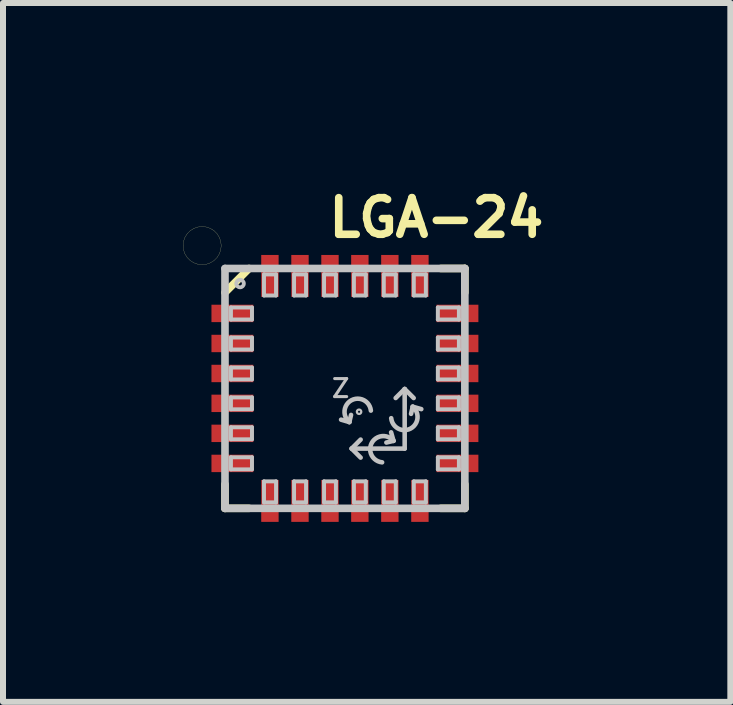
<source format=kicad_pcb>
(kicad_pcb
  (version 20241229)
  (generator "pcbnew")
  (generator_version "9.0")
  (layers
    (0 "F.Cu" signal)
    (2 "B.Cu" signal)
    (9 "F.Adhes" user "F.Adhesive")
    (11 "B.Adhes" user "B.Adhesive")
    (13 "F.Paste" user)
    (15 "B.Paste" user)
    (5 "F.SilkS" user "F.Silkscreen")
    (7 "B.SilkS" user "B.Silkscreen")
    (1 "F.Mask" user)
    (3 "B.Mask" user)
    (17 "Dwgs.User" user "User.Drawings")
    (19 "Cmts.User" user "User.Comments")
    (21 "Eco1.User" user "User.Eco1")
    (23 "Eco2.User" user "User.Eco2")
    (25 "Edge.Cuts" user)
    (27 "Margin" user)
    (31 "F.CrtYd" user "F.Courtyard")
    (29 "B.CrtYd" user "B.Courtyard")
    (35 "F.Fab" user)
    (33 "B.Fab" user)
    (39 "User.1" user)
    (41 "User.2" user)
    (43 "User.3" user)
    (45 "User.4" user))
  (footprint "LGA-24"
    (layer "F.Cu")
    (at 2.699 3.424)
    (property "Reference" "LGA-24" (at 1.524 -2.845 0) (layer "F.SilkS") (effects (font (size 0.61 0.61) (thickness 0.127))))
    (attr smd)
    (fp_line (start -2.697 -2.38) (end -2.69 -2.309) (stroke (width 0.003) (type solid)) (layer "F.SilkS"))
    (fp_line (start -2.69 -2.451) (end -2.697 -2.38) (stroke (width 0.003) (type solid)) (layer "F.SilkS"))
    (fp_line (start -2.69 -2.309) (end -2.667 -2.243) (stroke (width 0.003) (type solid)) (layer "F.SilkS"))
    (fp_line (start -2.667 -2.517) (end -2.69 -2.451) (stroke (width 0.003) (type solid)) (layer "F.SilkS"))
    (fp_line (start -2.667 -2.243) (end -2.629 -2.182) (stroke (width 0.003) (type solid)) (layer "F.SilkS"))
    (fp_line (start -2.629 -2.578) (end -2.667 -2.517) (stroke (width 0.003) (type solid)) (layer "F.SilkS"))
    (fp_line (start -2.629 -2.182) (end -2.578 -2.131) (stroke (width 0.003) (type solid)) (layer "F.SilkS"))
    (fp_line (start -2.578 -2.629) (end -2.629 -2.578) (stroke (width 0.003) (type solid)) (layer "F.SilkS"))
    (fp_line (start -2.578 -2.131) (end -2.517 -2.093) (stroke (width 0.003) (type solid)) (layer "F.SilkS"))
    (fp_line (start -2.517 -2.667) (end -2.578 -2.629) (stroke (width 0.003) (type solid)) (layer "F.SilkS"))
    (fp_line (start -2.517 -2.093) (end -2.451 -2.07) (stroke (width 0.003) (type solid)) (layer "F.SilkS"))
    (fp_line (start -2.451 -2.69) (end -2.517 -2.667) (stroke (width 0.003) (type solid)) (layer "F.SilkS"))
    (fp_line (start -2.451 -2.07) (end -2.38 -2.062) (stroke (width 0.003) (type solid)) (layer "F.SilkS"))
    (fp_line (start -2.38 -2.697) (end -2.451 -2.69) (stroke (width 0.003) (type solid)) (layer "F.SilkS"))
    (fp_line (start -2.38 -2.062) (end -2.309 -2.07) (stroke (width 0.003) (type solid)) (layer "F.SilkS"))
    (fp_line (start -2.309 -2.69) (end -2.38 -2.697) (stroke (width 0.003) (type solid)) (layer "F.SilkS"))
    (fp_line (start -2.309 -2.07) (end -2.243 -2.093) (stroke (width 0.003) (type solid)) (layer "F.SilkS"))
    (fp_line (start -2.243 -2.667) (end -2.309 -2.69) (stroke (width 0.003) (type solid)) (layer "F.SilkS"))
    (fp_line (start -2.243 -2.093) (end -2.182 -2.131) (stroke (width 0.003) (type solid)) (layer "F.SilkS"))
    (fp_line (start -2.182 -2.629) (end -2.243 -2.667) (stroke (width 0.003) (type solid)) (layer "F.SilkS"))
    (fp_line (start -2.182 -2.131) (end -2.131 -2.182) (stroke (width 0.003) (type solid)) (layer "F.SilkS"))
    (fp_line (start -2.131 -2.578) (end -2.182 -2.629) (stroke (width 0.003) (type solid)) (layer "F.SilkS"))
    (fp_line (start -2.131 -2.182) (end -2.093 -2.243) (stroke (width 0.003) (type solid)) (layer "F.SilkS"))
    (fp_line (start -2.093 -2.517) (end -2.131 -2.578) (stroke (width 0.003) (type solid)) (layer "F.SilkS"))
    (fp_line (start -2.093 -2.243) (end -2.07 -2.309) (stroke (width 0.003) (type solid)) (layer "F.SilkS"))
    (fp_line (start -2.07 -2.451) (end -2.093 -2.517) (stroke (width 0.003) (type solid)) (layer "F.SilkS"))
    (fp_line (start -2.07 -2.309) (end -2.062 -2.38) (stroke (width 0.003) (type solid)) (layer "F.SilkS"))
    (fp_line (start -2.062 -2.38) (end -2.07 -2.451) (stroke (width 0.003) (type solid)) (layer "F.SilkS"))
    (fp_line (start -1.999 -1.598) (end -1.598 -1.999) (stroke (width 0.127) (type solid)) (layer "F.SilkS"))
    (fp_line (start -1.999 1.999) (end -1.999 1.598) (stroke (width 0.127) (type solid)) (layer "F.SilkS"))
    (fp_line (start -1.999 1.999) (end -1.598 1.999) (stroke (width 0.127) (type solid)) (layer "F.SilkS"))
    (fp_line (start 1.999 -1.999) (end 1.598 -1.999) (stroke (width 0.127) (type solid)) (layer "F.SilkS"))
    (fp_line (start 1.999 -1.999) (end 1.999 -1.598) (stroke (width 0.127) (type solid)) (layer "F.SilkS"))
    (fp_line (start 1.999 1.999) (end 1.598 1.999) (stroke (width 0.127) (type solid)) (layer "F.SilkS"))
    (fp_line (start 1.999 1.999) (end 1.999 1.598) (stroke (width 0.127) (type solid)) (layer "F.SilkS"))
    (fp_line (start -1.999 -1.999) (end 1.999 -1.999) (stroke (width 0.127) (type solid)) (layer "Dwgs.User"))
    (fp_line (start -1.999 1.999) (end -1.999 -1.999) (stroke (width 0.127) (type solid)) (layer "Dwgs.User"))
    (fp_line (start -1.9 -1.349) (end -1.549 -1.349) (stroke (width 0.066) (type solid)) (layer "Dwgs.User"))
    (fp_line (start -1.9 -1.148) (end -1.9 -1.349) (stroke (width 0.066) (type solid)) (layer "Dwgs.User"))
    (fp_line (start -1.9 -1.148) (end -1.549 -1.148) (stroke (width 0.066) (type solid)) (layer "Dwgs.User"))
    (fp_line (start -1.9 -0.848) (end -1.549 -0.848) (stroke (width 0.066) (type solid)) (layer "Dwgs.User"))
    (fp_line (start -1.9 -0.648) (end -1.9 -0.848) (stroke (width 0.066) (type solid)) (layer "Dwgs.User"))
    (fp_line (start -1.9 -0.648) (end -1.549 -0.648) (stroke (width 0.066) (type solid)) (layer "Dwgs.User"))
    (fp_line (start -1.9 -0.348) (end -1.549 -0.348) (stroke (width 0.066) (type solid)) (layer "Dwgs.User"))
    (fp_line (start -1.9 -0.15) (end -1.9 -0.348) (stroke (width 0.066) (type solid)) (layer "Dwgs.User"))
    (fp_line (start -1.9 -0.15) (end -1.549 -0.15) (stroke (width 0.066) (type solid)) (layer "Dwgs.User"))
    (fp_line (start -1.9 0.15) (end -1.549 0.15) (stroke (width 0.066) (type solid)) (layer "Dwgs.User"))
    (fp_line (start -1.9 0.348) (end -1.9 0.15) (stroke (width 0.066) (type solid)) (layer "Dwgs.User"))
    (fp_line (start -1.9 0.348) (end -1.549 0.348) (stroke (width 0.066) (type solid)) (layer "Dwgs.User"))
    (fp_line (start -1.9 0.648) (end -1.549 0.648) (stroke (width 0.066) (type solid)) (layer "Dwgs.User"))
    (fp_line (start -1.9 0.848) (end -1.9 0.648) (stroke (width 0.066) (type solid)) (layer "Dwgs.User"))
    (fp_line (start -1.9 0.848) (end -1.549 0.848) (stroke (width 0.066) (type solid)) (layer "Dwgs.User"))
    (fp_line (start -1.9 1.148) (end -1.549 1.148) (stroke (width 0.066) (type solid)) (layer "Dwgs.User"))
    (fp_line (start -1.9 1.349) (end -1.9 1.148) (stroke (width 0.066) (type solid)) (layer "Dwgs.User"))
    (fp_line (start -1.9 1.349) (end -1.549 1.349) (stroke (width 0.066) (type solid)) (layer "Dwgs.User"))
    (fp_line (start -1.549 -1.148) (end -1.549 -1.349) (stroke (width 0.066) (type solid)) (layer "Dwgs.User"))
    (fp_line (start -1.549 -0.648) (end -1.549 -0.848) (stroke (width 0.066) (type solid)) (layer "Dwgs.User"))
    (fp_line (start -1.549 -0.15) (end -1.549 -0.348) (stroke (width 0.066) (type solid)) (layer "Dwgs.User"))
    (fp_line (start -1.549 0.348) (end -1.549 0.15) (stroke (width 0.066) (type solid)) (layer "Dwgs.User"))
    (fp_line (start -1.549 0.848) (end -1.549 0.648) (stroke (width 0.066) (type solid)) (layer "Dwgs.User"))
    (fp_line (start -1.549 1.349) (end -1.549 1.148) (stroke (width 0.066) (type solid)) (layer "Dwgs.User"))
    (fp_line (start -1.349 -1.9) (end -1.148 -1.9) (stroke (width 0.066) (type solid)) (layer "Dwgs.User"))
    (fp_line (start -1.349 -1.549) (end -1.349 -1.9) (stroke (width 0.066) (type solid)) (layer "Dwgs.User"))
    (fp_line (start -1.349 -1.549) (end -1.148 -1.549) (stroke (width 0.066) (type solid)) (layer "Dwgs.User"))
    (fp_line (start -1.349 1.549) (end -1.148 1.549) (stroke (width 0.066) (type solid)) (layer "Dwgs.User"))
    (fp_line (start -1.349 1.9) (end -1.349 1.549) (stroke (width 0.066) (type solid)) (layer "Dwgs.User"))
    (fp_line (start -1.349 1.9) (end -1.148 1.9) (stroke (width 0.066) (type solid)) (layer "Dwgs.User"))
    (fp_line (start -1.148 -1.549) (end -1.148 -1.9) (stroke (width 0.066) (type solid)) (layer "Dwgs.User"))
    (fp_line (start -1.148 1.9) (end -1.148 1.549) (stroke (width 0.066) (type solid)) (layer "Dwgs.User"))
    (fp_line (start -0.848 -1.9) (end -0.648 -1.9) (stroke (width 0.066) (type solid)) (layer "Dwgs.User"))
    (fp_line (start -0.848 -1.549) (end -0.848 -1.9) (stroke (width 0.066) (type solid)) (layer "Dwgs.User"))
    (fp_line (start -0.848 -1.549) (end -0.648 -1.549) (stroke (width 0.066) (type solid)) (layer "Dwgs.User"))
    (fp_line (start -0.848 1.549) (end -0.648 1.549) (stroke (width 0.066) (type solid)) (layer "Dwgs.User"))
    (fp_line (start -0.848 1.9) (end -0.848 1.549) (stroke (width 0.066) (type solid)) (layer "Dwgs.User"))
    (fp_line (start -0.848 1.9) (end -0.648 1.9) (stroke (width 0.066) (type solid)) (layer "Dwgs.User"))
    (fp_line (start -0.648 -1.549) (end -0.648 -1.9) (stroke (width 0.066) (type solid)) (layer "Dwgs.User"))
    (fp_line (start -0.648 1.9) (end -0.648 1.549) (stroke (width 0.066) (type solid)) (layer "Dwgs.User"))
    (fp_line (start -0.348 -1.9) (end -0.15 -1.9) (stroke (width 0.066) (type solid)) (layer "Dwgs.User"))
    (fp_line (start -0.348 -1.549) (end -0.348 -1.9) (stroke (width 0.066) (type solid)) (layer "Dwgs.User"))
    (fp_line (start -0.348 -1.549) (end -0.15 -1.549) (stroke (width 0.066) (type solid)) (layer "Dwgs.User"))
    (fp_line (start -0.348 1.549) (end -0.15 1.549) (stroke (width 0.066) (type solid)) (layer "Dwgs.User"))
    (fp_line (start -0.348 1.9) (end -0.348 1.549) (stroke (width 0.066) (type solid)) (layer "Dwgs.User"))
    (fp_line (start -0.348 1.9) (end -0.15 1.9) (stroke (width 0.066) (type solid)) (layer "Dwgs.User"))
    (fp_line (start -0.15 -1.549) (end -0.15 -1.9) (stroke (width 0.066) (type solid)) (layer "Dwgs.User"))
    (fp_line (start -0.15 1.9) (end -0.15 1.549) (stroke (width 0.066) (type solid)) (layer "Dwgs.User"))
    (fp_line (start 0.074 0.561) (end -0.064 0.521) (stroke (width 0.076) (type solid)) (layer "Dwgs.User"))
    (fp_line (start 0.074 0.561) (end 0.102 0.442) (stroke (width 0.076) (type solid)) (layer "Dwgs.User"))
    (fp_line (start 0.112 1.003) (end 0.262 0.853) (stroke (width 0.076) (type solid)) (layer "Dwgs.User"))
    (fp_line (start 0.112 1.003) (end 0.262 1.153) (stroke (width 0.076) (type solid)) (layer "Dwgs.User"))
    (fp_line (start 0.114 1.003) (end 0.996 1.003) (stroke (width 0.076) (type solid)) (layer "Dwgs.User"))
    (fp_line (start 0.15 -1.9) (end 0.348 -1.9) (stroke (width 0.066) (type solid)) (layer "Dwgs.User"))
    (fp_line (start 0.15 -1.549) (end 0.15 -1.9) (stroke (width 0.066) (type solid)) (layer "Dwgs.User"))
    (fp_line (start 0.15 -1.549) (end 0.348 -1.549) (stroke (width 0.066) (type solid)) (layer "Dwgs.User"))
    (fp_line (start 0.15 1.549) (end 0.348 1.549) (stroke (width 0.066) (type solid)) (layer "Dwgs.User"))
    (fp_line (start 0.15 1.9) (end 0.15 1.549) (stroke (width 0.066) (type solid)) (layer "Dwgs.User"))
    (fp_line (start 0.15 1.9) (end 0.348 1.9) (stroke (width 0.066) (type solid)) (layer "Dwgs.User"))
    (fp_line (start 0.348 -1.549) (end 0.348 -1.9) (stroke (width 0.066) (type solid)) (layer "Dwgs.User"))
    (fp_line (start 0.348 1.9) (end 0.348 1.549) (stroke (width 0.066) (type solid)) (layer "Dwgs.User"))
    (fp_line (start 0.648 -1.9) (end 0.848 -1.9) (stroke (width 0.066) (type solid)) (layer "Dwgs.User"))
    (fp_line (start 0.648 -1.549) (end 0.648 -1.9) (stroke (width 0.066) (type solid)) (layer "Dwgs.User"))
    (fp_line (start 0.648 -1.549) (end 0.848 -1.549) (stroke (width 0.066) (type solid)) (layer "Dwgs.User"))
    (fp_line (start 0.648 1.549) (end 0.848 1.549) (stroke (width 0.066) (type solid)) (layer "Dwgs.User"))
    (fp_line (start 0.648 1.9) (end 0.648 1.549) (stroke (width 0.066) (type solid)) (layer "Dwgs.User"))
    (fp_line (start 0.648 1.9) (end 0.848 1.9) (stroke (width 0.066) (type solid)) (layer "Dwgs.User"))
    (fp_line (start 0.81 0.874) (end 0.691 0.902) (stroke (width 0.076) (type solid)) (layer "Dwgs.User"))
    (fp_line (start 0.81 0.874) (end 0.77 0.732) (stroke (width 0.076) (type solid)) (layer "Dwgs.User"))
    (fp_line (start 0.848 -1.549) (end 0.848 -1.9) (stroke (width 0.066) (type solid)) (layer "Dwgs.User"))
    (fp_line (start 0.848 1.9) (end 0.848 1.549) (stroke (width 0.066) (type solid)) (layer "Dwgs.User"))
    (fp_line (start 0.996 0.01) (end 0.846 0.16) (stroke (width 0.076) (type solid)) (layer "Dwgs.User"))
    (fp_line (start 0.996 0.01) (end 0.996 1.003) (stroke (width 0.076) (type solid)) (layer "Dwgs.User"))
    (fp_line (start 0.996 0.01) (end 1.146 0.16) (stroke (width 0.076) (type solid)) (layer "Dwgs.User"))
    (fp_line (start 1.13 0.305) (end 1.102 0.424) (stroke (width 0.076) (type solid)) (layer "Dwgs.User"))
    (fp_line (start 1.13 0.305) (end 1.273 0.345) (stroke (width 0.076) (type solid)) (layer "Dwgs.User"))
    (fp_line (start 1.148 -1.9) (end 1.349 -1.9) (stroke (width 0.066) (type solid)) (layer "Dwgs.User"))
    (fp_line (start 1.148 -1.549) (end 1.148 -1.9) (stroke (width 0.066) (type solid)) (layer "Dwgs.User"))
    (fp_line (start 1.148 -1.549) (end 1.349 -1.549) (stroke (width 0.066) (type solid)) (layer "Dwgs.User"))
    (fp_line (start 1.148 1.549) (end 1.349 1.549) (stroke (width 0.066) (type solid)) (layer "Dwgs.User"))
    (fp_line (start 1.148 1.9) (end 1.148 1.549) (stroke (width 0.066) (type solid)) (layer "Dwgs.User"))
    (fp_line (start 1.148 1.9) (end 1.349 1.9) (stroke (width 0.066) (type solid)) (layer "Dwgs.User"))
    (fp_line (start 1.349 -1.549) (end 1.349 -1.9) (stroke (width 0.066) (type solid)) (layer "Dwgs.User"))
    (fp_line (start 1.349 1.9) (end 1.349 1.549) (stroke (width 0.066) (type solid)) (layer "Dwgs.User"))
    (fp_line (start 1.549 -1.349) (end 1.9 -1.349) (stroke (width 0.066) (type solid)) (layer "Dwgs.User"))
    (fp_line (start 1.549 -1.148) (end 1.549 -1.349) (stroke (width 0.066) (type solid)) (layer "Dwgs.User"))
    (fp_line (start 1.549 -1.148) (end 1.9 -1.148) (stroke (width 0.066) (type solid)) (layer "Dwgs.User"))
    (fp_line (start 1.549 -0.848) (end 1.9 -0.848) (stroke (width 0.066) (type solid)) (layer "Dwgs.User"))
    (fp_line (start 1.549 -0.648) (end 1.549 -0.848) (stroke (width 0.066) (type solid)) (layer "Dwgs.User"))
    (fp_line (start 1.549 -0.648) (end 1.9 -0.648) (stroke (width 0.066) (type solid)) (layer "Dwgs.User"))
    (fp_line (start 1.549 -0.348) (end 1.9 -0.348) (stroke (width 0.066) (type solid)) (layer "Dwgs.User"))
    (fp_line (start 1.549 -0.15) (end 1.549 -0.348) (stroke (width 0.066) (type solid)) (layer "Dwgs.User"))
    (fp_line (start 1.549 -0.15) (end 1.9 -0.15) (stroke (width 0.066) (type solid)) (layer "Dwgs.User"))
    (fp_line (start 1.549 0.15) (end 1.9 0.15) (stroke (width 0.066) (type solid)) (layer "Dwgs.User"))
    (fp_line (start 1.549 0.348) (end 1.549 0.15) (stroke (width 0.066) (type solid)) (layer "Dwgs.User"))
    (fp_line (start 1.549 0.348) (end 1.9 0.348) (stroke (width 0.066) (type solid)) (layer "Dwgs.User"))
    (fp_line (start 1.549 0.648) (end 1.9 0.648) (stroke (width 0.066) (type solid)) (layer "Dwgs.User"))
    (fp_line (start 1.549 0.848) (end 1.549 0.648) (stroke (width 0.066) (type solid)) (layer "Dwgs.User"))
    (fp_line (start 1.549 0.848) (end 1.9 0.848) (stroke (width 0.066) (type solid)) (layer "Dwgs.User"))
    (fp_line (start 1.549 1.148) (end 1.9 1.148) (stroke (width 0.066) (type solid)) (layer "Dwgs.User"))
    (fp_line (start 1.549 1.349) (end 1.549 1.148) (stroke (width 0.066) (type solid)) (layer "Dwgs.User"))
    (fp_line (start 1.549 1.349) (end 1.9 1.349) (stroke (width 0.066) (type solid)) (layer "Dwgs.User"))
    (fp_line (start 1.9 -1.148) (end 1.9 -1.349) (stroke (width 0.066) (type solid)) (layer "Dwgs.User"))
    (fp_line (start 1.9 -0.648) (end 1.9 -0.848) (stroke (width 0.066) (type solid)) (layer "Dwgs.User"))
    (fp_line (start 1.9 -0.15) (end 1.9 -0.348) (stroke (width 0.066) (type solid)) (layer "Dwgs.User"))
    (fp_line (start 1.9 0.348) (end 1.9 0.15) (stroke (width 0.066) (type solid)) (layer "Dwgs.User"))
    (fp_line (start 1.9 0.848) (end 1.9 0.648) (stroke (width 0.066) (type solid)) (layer "Dwgs.User"))
    (fp_line (start 1.9 1.349) (end 1.9 1.148) (stroke (width 0.066) (type solid)) (layer "Dwgs.User"))
    (fp_line (start 1.999 -1.999) (end 1.999 1.999) (stroke (width 0.127) (type solid)) (layer "Dwgs.User"))
    (fp_line (start 1.999 1.999) (end -1.999 1.999) (stroke (width 0.127) (type solid)) (layer "Dwgs.User"))
    (fp_arc (start 0.07366 0.56134) (mid 0.109595 0.196969) (end 0.432478 0.369607) (stroke (width 0.0762) (type solid)) (layer "Dwgs.User"))
    (fp_arc (start 0.61976 1.2319) (mid 0.446044 0.911093) (end 0.808909 0.873368) (stroke (width 0.0762) (type solid)) (layer "Dwgs.User"))
    (fp_arc (start 1.1303 0.3048) (mid 1.094365 0.669171) (end 0.771482 0.496533) (stroke (width 0.0762) (type solid)) (layer "Dwgs.User"))
    (fp_circle (center -1.748 -1.748) (end -1.77 -1.77) (stroke (width 0.064) (type solid)) (fill no) (layer "Dwgs.User"))
    (fp_circle (center 0.236 0.389) (end 0.249 0.401) (stroke (width 0.038) (type solid)) (fill no) (layer "Dwgs.User"))
    (fp_text user "Z" (at -0.071 0 0) (layer "Dwgs.User") (effects (font (size 0.3 0.3) (thickness 0.051))))
    (pad "1" smd rect (at -1.875 -1.25 90) (size 0.29 0.699) (layers "F.Cu" "F.Mask" "F.Paste"))
    (pad "2" smd rect (at -1.875 -0.749 90) (size 0.29 0.699) (layers "F.Cu" "F.Mask" "F.Paste"))
    (pad "3" smd rect (at -1.875 -0.249 90) (size 0.29 0.699) (layers "F.Cu" "F.Mask" "F.Paste"))
    (pad "4" smd rect (at -1.875 0.249 90) (size 0.29 0.699) (layers "F.Cu" "F.Mask" "F.Paste"))
    (pad "5" smd rect (at -1.875 0.749 90) (size 0.29 0.699) (layers "F.Cu" "F.Mask" "F.Paste"))
    (pad "6" smd rect (at -1.875 1.25 90) (size 0.29 0.699) (layers "F.Cu" "F.Mask" "F.Paste"))
    (pad "7" smd rect (at -1.25 1.875 180) (size 0.29 0.699) (layers "F.Cu" "F.Mask" "F.Paste"))
    (pad "8" smd rect (at -0.749 1.875 180) (size 0.29 0.699) (layers "F.Cu" "F.Mask" "F.Paste"))
    (pad "9" smd rect (at -0.249 1.875 180) (size 0.29 0.699) (layers "F.Cu" "F.Mask" "F.Paste"))
    (pad "10" smd rect (at 0.249 1.875 180) (size 0.29 0.699) (layers "F.Cu" "F.Mask" "F.Paste"))
    (pad "11" smd rect (at 0.749 1.875 180) (size 0.29 0.699) (layers "F.Cu" "F.Mask" "F.Paste"))
    (pad "12" smd rect (at 1.25 1.875 180) (size 0.29 0.699) (layers "F.Cu" "F.Mask" "F.Paste"))
    (pad "13" smd rect (at 1.875 1.25 270) (size 0.29 0.699) (layers "F.Cu" "F.Mask" "F.Paste"))
    (pad "14" smd rect (at 1.875 0.749 270) (size 0.29 0.699) (layers "F.Cu" "F.Mask" "F.Paste"))
    (pad "15" smd rect (at 1.875 0.249 270) (size 0.29 0.699) (layers "F.Cu" "F.Mask" "F.Paste"))
    (pad "16" smd rect (at 1.875 -0.249 270) (size 0.29 0.699) (layers "F.Cu" "F.Mask" "F.Paste"))
    (pad "17" smd rect (at 1.875 -0.749 270) (size 0.29 0.699) (layers "F.Cu" "F.Mask" "F.Paste"))
    (pad "18" smd rect (at 1.875 -1.25 270) (size 0.29 0.699) (layers "F.Cu" "F.Mask" "F.Paste"))
    (pad "19" smd rect (at 1.25 -1.875) (size 0.29 0.699) (layers "F.Cu" "F.Mask" "F.Paste"))
    (pad "20" smd rect (at 0.749 -1.875) (size 0.29 0.699) (layers "F.Cu" "F.Mask" "F.Paste"))
    (pad "21" smd rect (at 0.249 -1.875) (size 0.29 0.699) (layers "F.Cu" "F.Mask" "F.Paste"))
    (pad "22" smd rect (at -0.249 -1.875) (size 0.29 0.699) (layers "F.Cu" "F.Mask" "F.Paste"))
    (pad "23" smd rect (at -0.749 -1.875) (size 0.29 0.699) (layers "F.Cu" "F.Mask" "F.Paste"))
    (pad "24" smd rect (at -1.25 -1.875) (size 0.29 0.699) (layers "F.Cu" "F.Mask" "F.Paste")))
  (gr_rect
    (start -3 -3)
    (end 9.123 8.648)
    (stroke (width 0.1) (type default))
    (fill no)
    (layer "Edge.Cuts")))
</source>
